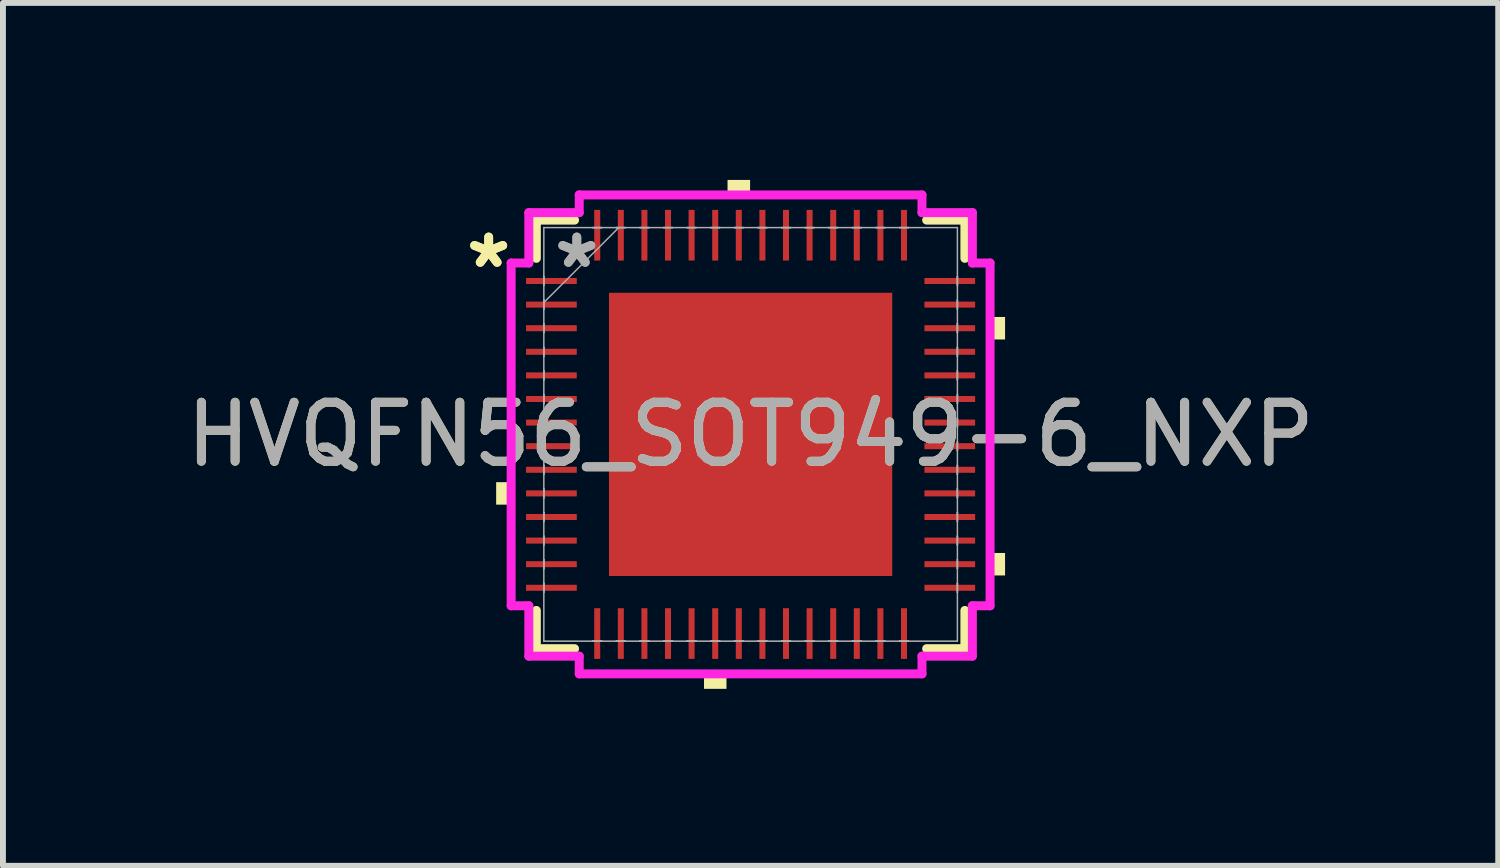
<source format=kicad_pcb>
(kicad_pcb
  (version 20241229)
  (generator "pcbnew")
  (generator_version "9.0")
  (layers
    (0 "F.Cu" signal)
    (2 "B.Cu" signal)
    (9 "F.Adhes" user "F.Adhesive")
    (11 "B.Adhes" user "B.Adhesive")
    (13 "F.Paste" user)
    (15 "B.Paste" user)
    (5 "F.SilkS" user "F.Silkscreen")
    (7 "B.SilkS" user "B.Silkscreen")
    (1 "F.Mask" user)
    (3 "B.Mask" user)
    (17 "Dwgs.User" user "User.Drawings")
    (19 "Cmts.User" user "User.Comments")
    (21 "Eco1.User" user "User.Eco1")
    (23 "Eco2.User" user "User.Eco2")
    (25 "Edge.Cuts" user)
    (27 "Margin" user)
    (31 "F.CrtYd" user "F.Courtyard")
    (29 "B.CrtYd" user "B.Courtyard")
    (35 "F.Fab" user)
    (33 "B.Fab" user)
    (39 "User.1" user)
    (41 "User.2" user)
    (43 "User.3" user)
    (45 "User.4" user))
  (footprint "HVQFN56_SOT949-6_NXP"
    (layer "F.Cu")
    (at 9.673 4.313)
    (property "Reference" "HVQFN56_SOT949-6_NXP" (at 0 0 0) (unlocked yes) (layer "F.SilkS") (effects (font (size 1 1) (thickness 0.15))))
    (attr smd)
    (fp_line (start -3.632 -3.632) (end -3.632 -2.984) (stroke (width 0.152) (type solid)) (layer "F.SilkS"))
    (fp_line (start -3.632 2.984) (end -3.632 3.632) (stroke (width 0.152) (type solid)) (layer "F.SilkS"))
    (fp_line (start -3.632 3.632) (end -2.984 3.632) (stroke (width 0.152) (type solid)) (layer "F.SilkS"))
    (fp_line (start -2.984 -3.632) (end -3.632 -3.632) (stroke (width 0.152) (type solid)) (layer "F.SilkS"))
    (fp_line (start 2.984 3.632) (end 3.632 3.632) (stroke (width 0.152) (type solid)) (layer "F.SilkS"))
    (fp_line (start 3.632 -3.632) (end 2.984 -3.632) (stroke (width 0.152) (type solid)) (layer "F.SilkS"))
    (fp_line (start 3.632 -2.984) (end 3.632 -3.632) (stroke (width 0.152) (type solid)) (layer "F.SilkS"))
    (fp_line (start 3.632 3.632) (end 3.632 2.984) (stroke (width 0.152) (type solid)) (layer "F.SilkS"))
    (fp_poly (pts (xy -4.313 0.81) (xy -4.313 1.191) (xy -4.059 1.191) (xy -4.059 0.81)) (stroke (width 0) (type solid)) (fill yes) (layer "F.SilkS"))
    (fp_poly (pts (xy -0.79 4.059) (xy -0.79 4.313) (xy -0.409 4.313) (xy -0.409 4.059)) (stroke (width 0) (type solid)) (fill yes) (layer "F.SilkS"))
    (fp_poly (pts (xy -0.391 -4.059) (xy -0.391 -4.313) (xy -0.009 -4.313) (xy -0.009 -4.059)) (stroke (width 0) (type solid)) (fill yes) (layer "F.SilkS"))
    (fp_poly (pts (xy 4.313 -1.99) (xy 4.313 -1.609) (xy 4.059 -1.609) (xy 4.059 -1.99)) (stroke (width 0) (type solid)) (fill yes) (layer "F.SilkS"))
    (fp_poly (pts (xy 4.313 2.01) (xy 4.313 2.391) (xy 4.059 2.391) (xy 4.059 2.01)) (stroke (width 0) (type solid)) (fill yes) (layer "F.SilkS"))
    (fp_poly (pts (xy -2.3 -2.3) (xy -2.3 -0.9) (xy -0.9 -0.9) (xy -0.9 -2.3)) (stroke (width 0) (type solid)) (fill yes) (layer "F.Paste"))
    (fp_poly (pts (xy -2.3 -0.7) (xy -2.3 0.7) (xy -0.9 0.7) (xy -0.9 -0.7)) (stroke (width 0) (type solid)) (fill yes) (layer "F.Paste"))
    (fp_poly (pts (xy -2.3 0.9) (xy -2.3 2.3) (xy -0.9 2.3) (xy -0.9 0.9)) (stroke (width 0) (type solid)) (fill yes) (layer "F.Paste"))
    (fp_poly (pts (xy -0.7 -2.3) (xy -0.7 -0.9) (xy 0.7 -0.9) (xy 0.7 -2.3)) (stroke (width 0) (type solid)) (fill yes) (layer "F.Paste"))
    (fp_poly (pts (xy -0.7 -0.7) (xy -0.7 0.7) (xy 0.7 0.7) (xy 0.7 -0.7)) (stroke (width 0) (type solid)) (fill yes) (layer "F.Paste"))
    (fp_poly (pts (xy -0.7 0.9) (xy -0.7 2.3) (xy 0.7 2.3) (xy 0.7 0.9)) (stroke (width 0) (type solid)) (fill yes) (layer "F.Paste"))
    (fp_poly (pts (xy 0.9 -2.3) (xy 0.9 -0.9) (xy 2.3 -0.9) (xy 2.3 -2.3)) (stroke (width 0) (type solid)) (fill yes) (layer "F.Paste"))
    (fp_poly (pts (xy 0.9 -0.7) (xy 0.9 0.7) (xy 2.3 0.7) (xy 2.3 -0.7)) (stroke (width 0) (type solid)) (fill yes) (layer "F.Paste"))
    (fp_poly (pts (xy 0.9 0.9) (xy 0.9 2.3) (xy 2.3 2.3) (xy 2.3 0.9)) (stroke (width 0) (type solid)) (fill yes) (layer "F.Paste"))
    (fp_line (start -4.059 -2.905) (end -3.759 -2.905) (stroke (width 0.152) (type solid)) (layer "F.CrtYd"))
    (fp_line (start -4.059 2.905) (end -4.059 -2.905) (stroke (width 0.152) (type solid)) (layer "F.CrtYd"))
    (fp_line (start -3.759 -3.759) (end -2.905 -3.759) (stroke (width 0.152) (type solid)) (layer "F.CrtYd"))
    (fp_line (start -3.759 -2.905) (end -3.759 -3.759) (stroke (width 0.152) (type solid)) (layer "F.CrtYd"))
    (fp_line (start -3.759 2.905) (end -4.059 2.905) (stroke (width 0.152) (type solid)) (layer "F.CrtYd"))
    (fp_line (start -3.759 3.759) (end -3.759 2.905) (stroke (width 0.152) (type solid)) (layer "F.CrtYd"))
    (fp_line (start -2.905 -4.059) (end 2.905 -4.059) (stroke (width 0.152) (type solid)) (layer "F.CrtYd"))
    (fp_line (start -2.905 -3.759) (end -2.905 -4.059) (stroke (width 0.152) (type solid)) (layer "F.CrtYd"))
    (fp_line (start -2.905 3.759) (end -3.759 3.759) (stroke (width 0.152) (type solid)) (layer "F.CrtYd"))
    (fp_line (start -2.905 4.059) (end -2.905 3.759) (stroke (width 0.152) (type solid)) (layer "F.CrtYd"))
    (fp_line (start 2.905 -4.059) (end 2.905 -3.759) (stroke (width 0.152) (type solid)) (layer "F.CrtYd"))
    (fp_line (start 2.905 -3.759) (end 3.759 -3.759) (stroke (width 0.152) (type solid)) (layer "F.CrtYd"))
    (fp_line (start 2.905 3.759) (end 2.905 4.059) (stroke (width 0.152) (type solid)) (layer "F.CrtYd"))
    (fp_line (start 2.905 4.059) (end -2.905 4.059) (stroke (width 0.152) (type solid)) (layer "F.CrtYd"))
    (fp_line (start 3.759 -3.759) (end 3.759 -2.905) (stroke (width 0.152) (type solid)) (layer "F.CrtYd"))
    (fp_line (start 3.759 -2.905) (end 4.059 -2.905) (stroke (width 0.152) (type solid)) (layer "F.CrtYd"))
    (fp_line (start 3.759 2.905) (end 3.759 3.759) (stroke (width 0.152) (type solid)) (layer "F.CrtYd"))
    (fp_line (start 3.759 3.759) (end 2.905 3.759) (stroke (width 0.152) (type solid)) (layer "F.CrtYd"))
    (fp_line (start 4.059 -2.905) (end 4.059 2.905) (stroke (width 0.152) (type solid)) (layer "F.CrtYd"))
    (fp_line (start 4.059 2.905) (end 3.759 2.905) (stroke (width 0.152) (type solid)) (layer "F.CrtYd"))
    (fp_line (start -3.505 -3.505) (end -3.505 -3.505) (stroke (width 0.025) (type solid)) (layer "F.Fab"))
    (fp_line (start -3.505 -3.505) (end -3.505 3.505) (stroke (width 0.025) (type solid)) (layer "F.Fab"))
    (fp_line (start -3.505 -2.676) (end -3.505 -2.676) (stroke (width 0.025) (type solid)) (layer "F.Fab"))
    (fp_line (start -3.505 -2.676) (end -3.505 -2.524) (stroke (width 0.025) (type solid)) (layer "F.Fab"))
    (fp_line (start -3.505 -2.524) (end -3.505 -2.676) (stroke (width 0.025) (type solid)) (layer "F.Fab"))
    (fp_line (start -3.505 -2.524) (end -3.505 -2.524) (stroke (width 0.025) (type solid)) (layer "F.Fab"))
    (fp_line (start -3.505 -2.276) (end -3.505 -2.276) (stroke (width 0.025) (type solid)) (layer "F.Fab"))
    (fp_line (start -3.505 -2.276) (end -3.505 -2.124) (stroke (width 0.025) (type solid)) (layer "F.Fab"))
    (fp_line (start -3.505 -2.235) (end -2.235 -3.505) (stroke (width 0.025) (type solid)) (layer "F.Fab"))
    (fp_line (start -3.505 -2.124) (end -3.505 -2.276) (stroke (width 0.025) (type solid)) (layer "F.Fab"))
    (fp_line (start -3.505 -2.124) (end -3.505 -2.124) (stroke (width 0.025) (type solid)) (layer "F.Fab"))
    (fp_line (start -3.505 -1.876) (end -3.505 -1.876) (stroke (width 0.025) (type solid)) (layer "F.Fab"))
    (fp_line (start -3.505 -1.876) (end -3.505 -1.724) (stroke (width 0.025) (type solid)) (layer "F.Fab"))
    (fp_line (start -3.505 -1.724) (end -3.505 -1.876) (stroke (width 0.025) (type solid)) (layer "F.Fab"))
    (fp_line (start -3.505 -1.724) (end -3.505 -1.724) (stroke (width 0.025) (type solid)) (layer "F.Fab"))
    (fp_line (start -3.505 -1.476) (end -3.505 -1.476) (stroke (width 0.025) (type solid)) (layer "F.Fab"))
    (fp_line (start -3.505 -1.476) (end -3.505 -1.324) (stroke (width 0.025) (type solid)) (layer "F.Fab"))
    (fp_line (start -3.505 -1.324) (end -3.505 -1.476) (stroke (width 0.025) (type solid)) (layer "F.Fab"))
    (fp_line (start -3.505 -1.324) (end -3.505 -1.324) (stroke (width 0.025) (type solid)) (layer "F.Fab"))
    (fp_line (start -3.505 -1.076) (end -3.505 -1.076) (stroke (width 0.025) (type solid)) (layer "F.Fab"))
    (fp_line (start -3.505 -1.076) (end -3.505 -0.924) (stroke (width 0.025) (type solid)) (layer "F.Fab"))
    (fp_line (start -3.505 -0.924) (end -3.505 -1.076) (stroke (width 0.025) (type solid)) (layer "F.Fab"))
    (fp_line (start -3.505 -0.924) (end -3.505 -0.924) (stroke (width 0.025) (type solid)) (layer "F.Fab"))
    (fp_line (start -3.505 -0.676) (end -3.505 -0.676) (stroke (width 0.025) (type solid)) (layer "F.Fab"))
    (fp_line (start -3.505 -0.676) (end -3.505 -0.524) (stroke (width 0.025) (type solid)) (layer "F.Fab"))
    (fp_line (start -3.505 -0.524) (end -3.505 -0.676) (stroke (width 0.025) (type solid)) (layer "F.Fab"))
    (fp_line (start -3.505 -0.524) (end -3.505 -0.524) (stroke (width 0.025) (type solid)) (layer "F.Fab"))
    (fp_line (start -3.505 -0.276) (end -3.505 -0.276) (stroke (width 0.025) (type solid)) (layer "F.Fab"))
    (fp_line (start -3.505 -0.276) (end -3.505 -0.124) (stroke (width 0.025) (type solid)) (layer "F.Fab"))
    (fp_line (start -3.505 -0.124) (end -3.505 -0.276) (stroke (width 0.025) (type solid)) (layer "F.Fab"))
    (fp_line (start -3.505 -0.124) (end -3.505 -0.124) (stroke (width 0.025) (type solid)) (layer "F.Fab"))
    (fp_line (start -3.505 0.124) (end -3.505 0.124) (stroke (width 0.025) (type solid)) (layer "F.Fab"))
    (fp_line (start -3.505 0.124) (end -3.505 0.276) (stroke (width 0.025) (type solid)) (layer "F.Fab"))
    (fp_line (start -3.505 0.276) (end -3.505 0.124) (stroke (width 0.025) (type solid)) (layer "F.Fab"))
    (fp_line (start -3.505 0.276) (end -3.505 0.276) (stroke (width 0.025) (type solid)) (layer "F.Fab"))
    (fp_line (start -3.505 0.524) (end -3.505 0.524) (stroke (width 0.025) (type solid)) (layer "F.Fab"))
    (fp_line (start -3.505 0.524) (end -3.505 0.676) (stroke (width 0.025) (type solid)) (layer "F.Fab"))
    (fp_line (start -3.505 0.676) (end -3.505 0.524) (stroke (width 0.025) (type solid)) (layer "F.Fab"))
    (fp_line (start -3.505 0.676) (end -3.505 0.676) (stroke (width 0.025) (type solid)) (layer "F.Fab"))
    (fp_line (start -3.505 0.924) (end -3.505 0.924) (stroke (width 0.025) (type solid)) (layer "F.Fab"))
    (fp_line (start -3.505 0.924) (end -3.505 1.076) (stroke (width 0.025) (type solid)) (layer "F.Fab"))
    (fp_line (start -3.505 1.076) (end -3.505 0.924) (stroke (width 0.025) (type solid)) (layer "F.Fab"))
    (fp_line (start -3.505 1.076) (end -3.505 1.076) (stroke (width 0.025) (type solid)) (layer "F.Fab"))
    (fp_line (start -3.505 1.324) (end -3.505 1.324) (stroke (width 0.025) (type solid)) (layer "F.Fab"))
    (fp_line (start -3.505 1.324) (end -3.505 1.476) (stroke (width 0.025) (type solid)) (layer "F.Fab"))
    (fp_line (start -3.505 1.476) (end -3.505 1.324) (stroke (width 0.025) (type solid)) (layer "F.Fab"))
    (fp_line (start -3.505 1.476) (end -3.505 1.476) (stroke (width 0.025) (type solid)) (layer "F.Fab"))
    (fp_line (start -3.505 1.724) (end -3.505 1.724) (stroke (width 0.025) (type solid)) (layer "F.Fab"))
    (fp_line (start -3.505 1.724) (end -3.505 1.876) (stroke (width 0.025) (type solid)) (layer "F.Fab"))
    (fp_line (start -3.505 1.876) (end -3.505 1.724) (stroke (width 0.025) (type solid)) (layer "F.Fab"))
    (fp_line (start -3.505 1.876) (end -3.505 1.876) (stroke (width 0.025) (type solid)) (layer "F.Fab"))
    (fp_line (start -3.505 2.124) (end -3.505 2.124) (stroke (width 0.025) (type solid)) (layer "F.Fab"))
    (fp_line (start -3.505 2.124) (end -3.505 2.276) (stroke (width 0.025) (type solid)) (layer "F.Fab"))
    (fp_line (start -3.505 2.276) (end -3.505 2.124) (stroke (width 0.025) (type solid)) (layer "F.Fab"))
    (fp_line (start -3.505 2.276) (end -3.505 2.276) (stroke (width 0.025) (type solid)) (layer "F.Fab"))
    (fp_line (start -3.505 2.524) (end -3.505 2.524) (stroke (width 0.025) (type solid)) (layer "F.Fab"))
    (fp_line (start -3.505 2.524) (end -3.505 2.676) (stroke (width 0.025) (type solid)) (layer "F.Fab"))
    (fp_line (start -3.505 2.676) (end -3.505 2.524) (stroke (width 0.025) (type solid)) (layer "F.Fab"))
    (fp_line (start -3.505 2.676) (end -3.505 2.676) (stroke (width 0.025) (type solid)) (layer "F.Fab"))
    (fp_line (start -3.505 3.505) (end -3.505 3.505) (stroke (width 0.025) (type solid)) (layer "F.Fab"))
    (fp_line (start -3.505 3.505) (end 3.505 3.505) (stroke (width 0.025) (type solid)) (layer "F.Fab"))
    (fp_line (start -2.676 -3.505) (end -2.676 -3.505) (stroke (width 0.025) (type solid)) (layer "F.Fab"))
    (fp_line (start -2.676 -3.505) (end -2.524 -3.505) (stroke (width 0.025) (type solid)) (layer "F.Fab"))
    (fp_line (start -2.676 3.505) (end -2.676 3.505) (stroke (width 0.025) (type solid)) (layer "F.Fab"))
    (fp_line (start -2.676 3.505) (end -2.524 3.505) (stroke (width 0.025) (type solid)) (layer "F.Fab"))
    (fp_line (start -2.524 -3.505) (end -2.676 -3.505) (stroke (width 0.025) (type solid)) (layer "F.Fab"))
    (fp_line (start -2.524 -3.505) (end -2.524 -3.505) (stroke (width 0.025) (type solid)) (layer "F.Fab"))
    (fp_line (start -2.524 3.505) (end -2.676 3.505) (stroke (width 0.025) (type solid)) (layer "F.Fab"))
    (fp_line (start -2.524 3.505) (end -2.524 3.505) (stroke (width 0.025) (type solid)) (layer "F.Fab"))
    (fp_line (start -2.276 -3.505) (end -2.276 -3.505) (stroke (width 0.025) (type solid)) (layer "F.Fab"))
    (fp_line (start -2.276 -3.505) (end -2.124 -3.505) (stroke (width 0.025) (type solid)) (layer "F.Fab"))
    (fp_line (start -2.276 3.505) (end -2.276 3.505) (stroke (width 0.025) (type solid)) (layer "F.Fab"))
    (fp_line (start -2.276 3.505) (end -2.124 3.505) (stroke (width 0.025) (type solid)) (layer "F.Fab"))
    (fp_line (start -2.124 -3.505) (end -2.276 -3.505) (stroke (width 0.025) (type solid)) (layer "F.Fab"))
    (fp_line (start -2.124 -3.505) (end -2.124 -3.505) (stroke (width 0.025) (type solid)) (layer "F.Fab"))
    (fp_line (start -2.124 3.505) (end -2.276 3.505) (stroke (width 0.025) (type solid)) (layer "F.Fab"))
    (fp_line (start -2.124 3.505) (end -2.124 3.505) (stroke (width 0.025) (type solid)) (layer "F.Fab"))
    (fp_line (start -1.876 -3.505) (end -1.876 -3.505) (stroke (width 0.025) (type solid)) (layer "F.Fab"))
    (fp_line (start -1.876 -3.505) (end -1.724 -3.505) (stroke (width 0.025) (type solid)) (layer "F.Fab"))
    (fp_line (start -1.876 3.505) (end -1.876 3.505) (stroke (width 0.025) (type solid)) (layer "F.Fab"))
    (fp_line (start -1.876 3.505) (end -1.724 3.505) (stroke (width 0.025) (type solid)) (layer "F.Fab"))
    (fp_line (start -1.724 -3.505) (end -1.876 -3.505) (stroke (width 0.025) (type solid)) (layer "F.Fab"))
    (fp_line (start -1.724 -3.505) (end -1.724 -3.505) (stroke (width 0.025) (type solid)) (layer "F.Fab"))
    (fp_line (start -1.724 3.505) (end -1.876 3.505) (stroke (width 0.025) (type solid)) (layer "F.Fab"))
    (fp_line (start -1.724 3.505) (end -1.724 3.505) (stroke (width 0.025) (type solid)) (layer "F.Fab"))
    (fp_line (start -1.476 -3.505) (end -1.476 -3.505) (stroke (width 0.025) (type solid)) (layer "F.Fab"))
    (fp_line (start -1.476 -3.505) (end -1.324 -3.505) (stroke (width 0.025) (type solid)) (layer "F.Fab"))
    (fp_line (start -1.476 3.505) (end -1.476 3.505) (stroke (width 0.025) (type solid)) (layer "F.Fab"))
    (fp_line (start -1.476 3.505) (end -1.324 3.505) (stroke (width 0.025) (type solid)) (layer "F.Fab"))
    (fp_line (start -1.324 -3.505) (end -1.476 -3.505) (stroke (width 0.025) (type solid)) (layer "F.Fab"))
    (fp_line (start -1.324 -3.505) (end -1.324 -3.505) (stroke (width 0.025) (type solid)) (layer "F.Fab"))
    (fp_line (start -1.324 3.505) (end -1.476 3.505) (stroke (width 0.025) (type solid)) (layer "F.Fab"))
    (fp_line (start -1.324 3.505) (end -1.324 3.505) (stroke (width 0.025) (type solid)) (layer "F.Fab"))
    (fp_line (start -1.076 -3.505) (end -1.076 -3.505) (stroke (width 0.025) (type solid)) (layer "F.Fab"))
    (fp_line (start -1.076 -3.505) (end -0.924 -3.505) (stroke (width 0.025) (type solid)) (layer "F.Fab"))
    (fp_line (start -1.076 3.505) (end -1.076 3.505) (stroke (width 0.025) (type solid)) (layer "F.Fab"))
    (fp_line (start -1.076 3.505) (end -0.924 3.505) (stroke (width 0.025) (type solid)) (layer "F.Fab"))
    (fp_line (start -0.924 -3.505) (end -1.076 -3.505) (stroke (width 0.025) (type solid)) (layer "F.Fab"))
    (fp_line (start -0.924 -3.505) (end -0.924 -3.505) (stroke (width 0.025) (type solid)) (layer "F.Fab"))
    (fp_line (start -0.924 3.505) (end -1.076 3.505) (stroke (width 0.025) (type solid)) (layer "F.Fab"))
    (fp_line (start -0.924 3.505) (end -0.924 3.505) (stroke (width 0.025) (type solid)) (layer "F.Fab"))
    (fp_line (start -0.676 -3.505) (end -0.676 -3.505) (stroke (width 0.025) (type solid)) (layer "F.Fab"))
    (fp_line (start -0.676 -3.505) (end -0.524 -3.505) (stroke (width 0.025) (type solid)) (layer "F.Fab"))
    (fp_line (start -0.676 3.505) (end -0.676 3.505) (stroke (width 0.025) (type solid)) (layer "F.Fab"))
    (fp_line (start -0.676 3.505) (end -0.524 3.505) (stroke (width 0.025) (type solid)) (layer "F.Fab"))
    (fp_line (start -0.524 -3.505) (end -0.676 -3.505) (stroke (width 0.025) (type solid)) (layer "F.Fab"))
    (fp_line (start -0.524 -3.505) (end -0.524 -3.505) (stroke (width 0.025) (type solid)) (layer "F.Fab"))
    (fp_line (start -0.524 3.505) (end -0.676 3.505) (stroke (width 0.025) (type solid)) (layer "F.Fab"))
    (fp_line (start -0.524 3.505) (end -0.524 3.505) (stroke (width 0.025) (type solid)) (layer "F.Fab"))
    (fp_line (start -0.276 -3.505) (end -0.276 -3.505) (stroke (width 0.025) (type solid)) (layer "F.Fab"))
    (fp_line (start -0.276 -3.505) (end -0.124 -3.505) (stroke (width 0.025) (type solid)) (layer "F.Fab"))
    (fp_line (start -0.276 3.505) (end -0.276 3.505) (stroke (width 0.025) (type solid)) (layer "F.Fab"))
    (fp_line (start -0.276 3.505) (end -0.124 3.505) (stroke (width 0.025) (type solid)) (layer "F.Fab"))
    (fp_line (start -0.124 -3.505) (end -0.276 -3.505) (stroke (width 0.025) (type solid)) (layer "F.Fab"))
    (fp_line (start -0.124 -3.505) (end -0.124 -3.505) (stroke (width 0.025) (type solid)) (layer "F.Fab"))
    (fp_line (start -0.124 3.505) (end -0.276 3.505) (stroke (width 0.025) (type solid)) (layer "F.Fab"))
    (fp_line (start -0.124 3.505) (end -0.124 3.505) (stroke (width 0.025) (type solid)) (layer "F.Fab"))
    (fp_line (start 0.124 -3.505) (end 0.124 -3.505) (stroke (width 0.025) (type solid)) (layer "F.Fab"))
    (fp_line (start 0.124 -3.505) (end 0.276 -3.505) (stroke (width 0.025) (type solid)) (layer "F.Fab"))
    (fp_line (start 0.124 3.505) (end 0.124 3.505) (stroke (width 0.025) (type solid)) (layer "F.Fab"))
    (fp_line (start 0.124 3.505) (end 0.276 3.505) (stroke (width 0.025) (type solid)) (layer "F.Fab"))
    (fp_line (start 0.276 -3.505) (end 0.124 -3.505) (stroke (width 0.025) (type solid)) (layer "F.Fab"))
    (fp_line (start 0.276 -3.505) (end 0.276 -3.505) (stroke (width 0.025) (type solid)) (layer "F.Fab"))
    (fp_line (start 0.276 3.505) (end 0.124 3.505) (stroke (width 0.025) (type solid)) (layer "F.Fab"))
    (fp_line (start 0.276 3.505) (end 0.276 3.505) (stroke (width 0.025) (type solid)) (layer "F.Fab"))
    (fp_line (start 0.524 -3.505) (end 0.524 -3.505) (stroke (width 0.025) (type solid)) (layer "F.Fab"))
    (fp_line (start 0.524 -3.505) (end 0.676 -3.505) (stroke (width 0.025) (type solid)) (layer "F.Fab"))
    (fp_line (start 0.524 3.505) (end 0.524 3.505) (stroke (width 0.025) (type solid)) (layer "F.Fab"))
    (fp_line (start 0.524 3.505) (end 0.676 3.505) (stroke (width 0.025) (type solid)) (layer "F.Fab"))
    (fp_line (start 0.676 -3.505) (end 0.524 -3.505) (stroke (width 0.025) (type solid)) (layer "F.Fab"))
    (fp_line (start 0.676 -3.505) (end 0.676 -3.505) (stroke (width 0.025) (type solid)) (layer "F.Fab"))
    (fp_line (start 0.676 3.505) (end 0.524 3.505) (stroke (width 0.025) (type solid)) (layer "F.Fab"))
    (fp_line (start 0.676 3.505) (end 0.676 3.505) (stroke (width 0.025) (type solid)) (layer "F.Fab"))
    (fp_line (start 0.924 -3.505) (end 0.924 -3.505) (stroke (width 0.025) (type solid)) (layer "F.Fab"))
    (fp_line (start 0.924 -3.505) (end 1.076 -3.505) (stroke (width 0.025) (type solid)) (layer "F.Fab"))
    (fp_line (start 0.924 3.505) (end 0.924 3.505) (stroke (width 0.025) (type solid)) (layer "F.Fab"))
    (fp_line (start 0.924 3.505) (end 1.076 3.505) (stroke (width 0.025) (type solid)) (layer "F.Fab"))
    (fp_line (start 1.076 -3.505) (end 0.924 -3.505) (stroke (width 0.025) (type solid)) (layer "F.Fab"))
    (fp_line (start 1.076 -3.505) (end 1.076 -3.505) (stroke (width 0.025) (type solid)) (layer "F.Fab"))
    (fp_line (start 1.076 3.505) (end 0.924 3.505) (stroke (width 0.025) (type solid)) (layer "F.Fab"))
    (fp_line (start 1.076 3.505) (end 1.076 3.505) (stroke (width 0.025) (type solid)) (layer "F.Fab"))
    (fp_line (start 1.324 -3.505) (end 1.324 -3.505) (stroke (width 0.025) (type solid)) (layer "F.Fab"))
    (fp_line (start 1.324 -3.505) (end 1.476 -3.505) (stroke (width 0.025) (type solid)) (layer "F.Fab"))
    (fp_line (start 1.324 3.505) (end 1.324 3.505) (stroke (width 0.025) (type solid)) (layer "F.Fab"))
    (fp_line (start 1.324 3.505) (end 1.476 3.505) (stroke (width 0.025) (type solid)) (layer "F.Fab"))
    (fp_line (start 1.476 -3.505) (end 1.324 -3.505) (stroke (width 0.025) (type solid)) (layer "F.Fab"))
    (fp_line (start 1.476 -3.505) (end 1.476 -3.505) (stroke (width 0.025) (type solid)) (layer "F.Fab"))
    (fp_line (start 1.476 3.505) (end 1.324 3.505) (stroke (width 0.025) (type solid)) (layer "F.Fab"))
    (fp_line (start 1.476 3.505) (end 1.476 3.505) (stroke (width 0.025) (type solid)) (layer "F.Fab"))
    (fp_line (start 1.724 -3.505) (end 1.724 -3.505) (stroke (width 0.025) (type solid)) (layer "F.Fab"))
    (fp_line (start 1.724 -3.505) (end 1.876 -3.505) (stroke (width 0.025) (type solid)) (layer "F.Fab"))
    (fp_line (start 1.724 3.505) (end 1.724 3.505) (stroke (width 0.025) (type solid)) (layer "F.Fab"))
    (fp_line (start 1.724 3.505) (end 1.876 3.505) (stroke (width 0.025) (type solid)) (layer "F.Fab"))
    (fp_line (start 1.876 -3.505) (end 1.724 -3.505) (stroke (width 0.025) (type solid)) (layer "F.Fab"))
    (fp_line (start 1.876 -3.505) (end 1.876 -3.505) (stroke (width 0.025) (type solid)) (layer "F.Fab"))
    (fp_line (start 1.876 3.505) (end 1.724 3.505) (stroke (width 0.025) (type solid)) (layer "F.Fab"))
    (fp_line (start 1.876 3.505) (end 1.876 3.505) (stroke (width 0.025) (type solid)) (layer "F.Fab"))
    (fp_line (start 2.124 -3.505) (end 2.124 -3.505) (stroke (width 0.025) (type solid)) (layer "F.Fab"))
    (fp_line (start 2.124 -3.505) (end 2.276 -3.505) (stroke (width 0.025) (type solid)) (layer "F.Fab"))
    (fp_line (start 2.124 3.505) (end 2.124 3.505) (stroke (width 0.025) (type solid)) (layer "F.Fab"))
    (fp_line (start 2.124 3.505) (end 2.276 3.505) (stroke (width 0.025) (type solid)) (layer "F.Fab"))
    (fp_line (start 2.276 -3.505) (end 2.124 -3.505) (stroke (width 0.025) (type solid)) (layer "F.Fab"))
    (fp_line (start 2.276 -3.505) (end 2.276 -3.505) (stroke (width 0.025) (type solid)) (layer "F.Fab"))
    (fp_line (start 2.276 3.505) (end 2.124 3.505) (stroke (width 0.025) (type solid)) (layer "F.Fab"))
    (fp_line (start 2.276 3.505) (end 2.276 3.505) (stroke (width 0.025) (type solid)) (layer "F.Fab"))
    (fp_line (start 2.524 -3.505) (end 2.524 -3.505) (stroke (width 0.025) (type solid)) (layer "F.Fab"))
    (fp_line (start 2.524 -3.505) (end 2.676 -3.505) (stroke (width 0.025) (type solid)) (layer "F.Fab"))
    (fp_line (start 2.524 3.505) (end 2.524 3.505) (stroke (width 0.025) (type solid)) (layer "F.Fab"))
    (fp_line (start 2.524 3.505) (end 2.676 3.505) (stroke (width 0.025) (type solid)) (layer "F.Fab"))
    (fp_line (start 2.676 -3.505) (end 2.524 -3.505) (stroke (width 0.025) (type solid)) (layer "F.Fab"))
    (fp_line (start 2.676 -3.505) (end 2.676 -3.505) (stroke (width 0.025) (type solid)) (layer "F.Fab"))
    (fp_line (start 2.676 3.505) (end 2.524 3.505) (stroke (width 0.025) (type solid)) (layer "F.Fab"))
    (fp_line (start 2.676 3.505) (end 2.676 3.505) (stroke (width 0.025) (type solid)) (layer "F.Fab"))
    (fp_line (start 3.505 -3.505) (end -3.505 -3.505) (stroke (width 0.025) (type solid)) (layer "F.Fab"))
    (fp_line (start 3.505 -3.505) (end 3.505 -3.505) (stroke (width 0.025) (type solid)) (layer "F.Fab"))
    (fp_line (start 3.505 -2.676) (end 3.505 -2.676) (stroke (width 0.025) (type solid)) (layer "F.Fab"))
    (fp_line (start 3.505 -2.676) (end 3.505 -2.524) (stroke (width 0.025) (type solid)) (layer "F.Fab"))
    (fp_line (start 3.505 -2.524) (end 3.505 -2.676) (stroke (width 0.025) (type solid)) (layer "F.Fab"))
    (fp_line (start 3.505 -2.524) (end 3.505 -2.524) (stroke (width 0.025) (type solid)) (layer "F.Fab"))
    (fp_line (start 3.505 -2.276) (end 3.505 -2.276) (stroke (width 0.025) (type solid)) (layer "F.Fab"))
    (fp_line (start 3.505 -2.276) (end 3.505 -2.124) (stroke (width 0.025) (type solid)) (layer "F.Fab"))
    (fp_line (start 3.505 -2.124) (end 3.505 -2.276) (stroke (width 0.025) (type solid)) (layer "F.Fab"))
    (fp_line (start 3.505 -2.124) (end 3.505 -2.124) (stroke (width 0.025) (type solid)) (layer "F.Fab"))
    (fp_line (start 3.505 -1.876) (end 3.505 -1.876) (stroke (width 0.025) (type solid)) (layer "F.Fab"))
    (fp_line (start 3.505 -1.876) (end 3.505 -1.724) (stroke (width 0.025) (type solid)) (layer "F.Fab"))
    (fp_line (start 3.505 -1.724) (end 3.505 -1.876) (stroke (width 0.025) (type solid)) (layer "F.Fab"))
    (fp_line (start 3.505 -1.724) (end 3.505 -1.724) (stroke (width 0.025) (type solid)) (layer "F.Fab"))
    (fp_line (start 3.505 -1.476) (end 3.505 -1.476) (stroke (width 0.025) (type solid)) (layer "F.Fab"))
    (fp_line (start 3.505 -1.476) (end 3.505 -1.324) (stroke (width 0.025) (type solid)) (layer "F.Fab"))
    (fp_line (start 3.505 -1.324) (end 3.505 -1.476) (stroke (width 0.025) (type solid)) (layer "F.Fab"))
    (fp_line (start 3.505 -1.324) (end 3.505 -1.324) (stroke (width 0.025) (type solid)) (layer "F.Fab"))
    (fp_line (start 3.505 -1.076) (end 3.505 -1.076) (stroke (width 0.025) (type solid)) (layer "F.Fab"))
    (fp_line (start 3.505 -1.076) (end 3.505 -0.924) (stroke (width 0.025) (type solid)) (layer "F.Fab"))
    (fp_line (start 3.505 -0.924) (end 3.505 -1.076) (stroke (width 0.025) (type solid)) (layer "F.Fab"))
    (fp_line (start 3.505 -0.924) (end 3.505 -0.924) (stroke (width 0.025) (type solid)) (layer "F.Fab"))
    (fp_line (start 3.505 -0.676) (end 3.505 -0.676) (stroke (width 0.025) (type solid)) (layer "F.Fab"))
    (fp_line (start 3.505 -0.676) (end 3.505 -0.524) (stroke (width 0.025) (type solid)) (layer "F.Fab"))
    (fp_line (start 3.505 -0.524) (end 3.505 -0.676) (stroke (width 0.025) (type solid)) (layer "F.Fab"))
    (fp_line (start 3.505 -0.524) (end 3.505 -0.524) (stroke (width 0.025) (type solid)) (layer "F.Fab"))
    (fp_line (start 3.505 -0.276) (end 3.505 -0.276) (stroke (width 0.025) (type solid)) (layer "F.Fab"))
    (fp_line (start 3.505 -0.276) (end 3.505 -0.124) (stroke (width 0.025) (type solid)) (layer "F.Fab"))
    (fp_line (start 3.505 -0.124) (end 3.505 -0.276) (stroke (width 0.025) (type solid)) (layer "F.Fab"))
    (fp_line (start 3.505 -0.124) (end 3.505 -0.124) (stroke (width 0.025) (type solid)) (layer "F.Fab"))
    (fp_line (start 3.505 0.124) (end 3.505 0.124) (stroke (width 0.025) (type solid)) (layer "F.Fab"))
    (fp_line (start 3.505 0.124) (end 3.505 0.276) (stroke (width 0.025) (type solid)) (layer "F.Fab"))
    (fp_line (start 3.505 0.276) (end 3.505 0.124) (stroke (width 0.025) (type solid)) (layer "F.Fab"))
    (fp_line (start 3.505 0.276) (end 3.505 0.276) (stroke (width 0.025) (type solid)) (layer "F.Fab"))
    (fp_line (start 3.505 0.524) (end 3.505 0.524) (stroke (width 0.025) (type solid)) (layer "F.Fab"))
    (fp_line (start 3.505 0.524) (end 3.505 0.676) (stroke (width 0.025) (type solid)) (layer "F.Fab"))
    (fp_line (start 3.505 0.676) (end 3.505 0.524) (stroke (width 0.025) (type solid)) (layer "F.Fab"))
    (fp_line (start 3.505 0.676) (end 3.505 0.676) (stroke (width 0.025) (type solid)) (layer "F.Fab"))
    (fp_line (start 3.505 0.924) (end 3.505 0.924) (stroke (width 0.025) (type solid)) (layer "F.Fab"))
    (fp_line (start 3.505 0.924) (end 3.505 1.076) (stroke (width 0.025) (type solid)) (layer "F.Fab"))
    (fp_line (start 3.505 1.076) (end 3.505 0.924) (stroke (width 0.025) (type solid)) (layer "F.Fab"))
    (fp_line (start 3.505 1.076) (end 3.505 1.076) (stroke (width 0.025) (type solid)) (layer "F.Fab"))
    (fp_line (start 3.505 1.324) (end 3.505 1.324) (stroke (width 0.025) (type solid)) (layer "F.Fab"))
    (fp_line (start 3.505 1.324) (end 3.505 1.476) (stroke (width 0.025) (type solid)) (layer "F.Fab"))
    (fp_line (start 3.505 1.476) (end 3.505 1.324) (stroke (width 0.025) (type solid)) (layer "F.Fab"))
    (fp_line (start 3.505 1.476) (end 3.505 1.476) (stroke (width 0.025) (type solid)) (layer "F.Fab"))
    (fp_line (start 3.505 1.724) (end 3.505 1.724) (stroke (width 0.025) (type solid)) (layer "F.Fab"))
    (fp_line (start 3.505 1.724) (end 3.505 1.876) (stroke (width 0.025) (type solid)) (layer "F.Fab"))
    (fp_line (start 3.505 1.876) (end 3.505 1.724) (stroke (width 0.025) (type solid)) (layer "F.Fab"))
    (fp_line (start 3.505 1.876) (end 3.505 1.876) (stroke (width 0.025) (type solid)) (layer "F.Fab"))
    (fp_line (start 3.505 2.124) (end 3.505 2.124) (stroke (width 0.025) (type solid)) (layer "F.Fab"))
    (fp_line (start 3.505 2.124) (end 3.505 2.276) (stroke (width 0.025) (type solid)) (layer "F.Fab"))
    (fp_line (start 3.505 2.276) (end 3.505 2.124) (stroke (width 0.025) (type solid)) (layer "F.Fab"))
    (fp_line (start 3.505 2.276) (end 3.505 2.276) (stroke (width 0.025) (type solid)) (layer "F.Fab"))
    (fp_line (start 3.505 2.524) (end 3.505 2.524) (stroke (width 0.025) (type solid)) (layer "F.Fab"))
    (fp_line (start 3.505 2.524) (end 3.505 2.676) (stroke (width 0.025) (type solid)) (layer "F.Fab"))
    (fp_line (start 3.505 2.676) (end 3.505 2.524) (stroke (width 0.025) (type solid)) (layer "F.Fab"))
    (fp_line (start 3.505 2.676) (end 3.505 2.676) (stroke (width 0.025) (type solid)) (layer "F.Fab"))
    (fp_line (start 3.505 3.505) (end 3.505 -3.505) (stroke (width 0.025) (type solid)) (layer "F.Fab"))
    (fp_line (start 3.505 3.505) (end 3.505 3.505) (stroke (width 0.025) (type solid)) (layer "F.Fab"))
    (fp_text user "*" (at -4.44 -2.8 0) (layer "F.SilkS") (effects (font (size 1 1) (thickness 0.15))))
    (fp_text user "*" (at -4.44 -2.8 0) (unlocked yes) (layer "F.SilkS") (effects (font (size 1 1) (thickness 0.15))))
    (fp_text user "${REFERENCE}" (at 0 0 0) (unlocked yes) (layer "F.Fab") (effects (font (size 1 1) (thickness 0.15))))
    (fp_text user "*" (at -2.946 -2.8 0) (unlocked yes) (layer "F.Fab") (effects (font (size 1 1) (thickness 0.15))))
    (fp_text user "*" (at -2.946 -2.8 0) (layer "F.Fab") (effects (font (size 1 1) (thickness 0.15))))
    (pad "1" smd rect (at -3.376 -2.6 90) (size 0.102 0.859) (layers "F.Cu" "F.Mask" "F.Paste"))
    (pad "2" smd rect (at -3.376 -2.2 90) (size 0.102 0.859) (layers "F.Cu" "F.Mask" "F.Paste"))
    (pad "3" smd rect (at -3.376 -1.8 90) (size 0.102 0.859) (layers "F.Cu" "F.Mask" "F.Paste"))
    (pad "4" smd rect (at -3.376 -1.4 90) (size 0.102 0.859) (layers "F.Cu" "F.Mask" "F.Paste"))
    (pad "5" smd rect (at -3.376 -1 90) (size 0.102 0.859) (layers "F.Cu" "F.Mask" "F.Paste"))
    (pad "6" smd rect (at -3.376 -0.6 90) (size 0.102 0.859) (layers "F.Cu" "F.Mask" "F.Paste"))
    (pad "7" smd rect (at -3.376 -0.2 90) (size 0.102 0.859) (layers "F.Cu" "F.Mask" "F.Paste"))
    (pad "8" smd rect (at -3.376 0.2 90) (size 0.102 0.859) (layers "F.Cu" "F.Mask" "F.Paste"))
    (pad "9" smd rect (at -3.376 0.6 90) (size 0.102 0.859) (layers "F.Cu" "F.Mask" "F.Paste"))
    (pad "10" smd rect (at -3.376 1 90) (size 0.102 0.859) (layers "F.Cu" "F.Mask" "F.Paste"))
    (pad "11" smd rect (at -3.376 1.4 90) (size 0.102 0.859) (layers "F.Cu" "F.Mask" "F.Paste"))
    (pad "12" smd rect (at -3.376 1.8 90) (size 0.102 0.859) (layers "F.Cu" "F.Mask" "F.Paste"))
    (pad "13" smd rect (at -3.376 2.2 90) (size 0.102 0.859) (layers "F.Cu" "F.Mask" "F.Paste"))
    (pad "14" smd rect (at -3.376 2.6 90) (size 0.102 0.859) (layers "F.Cu" "F.Mask" "F.Paste"))
    (pad "15" smd rect (at -2.6 3.376) (size 0.102 0.859) (layers "F.Cu" "F.Mask" "F.Paste"))
    (pad "16" smd rect (at -2.2 3.376) (size 0.102 0.859) (layers "F.Cu" "F.Mask" "F.Paste"))
    (pad "17" smd rect (at -1.8 3.376) (size 0.102 0.859) (layers "F.Cu" "F.Mask" "F.Paste"))
    (pad "18" smd rect (at -1.4 3.376) (size 0.102 0.859) (layers "F.Cu" "F.Mask" "F.Paste"))
    (pad "19" smd rect (at -1 3.376) (size 0.102 0.859) (layers "F.Cu" "F.Mask" "F.Paste"))
    (pad "20" smd rect (at -0.6 3.376) (size 0.102 0.859) (layers "F.Cu" "F.Mask" "F.Paste"))
    (pad "21" smd rect (at -0.2 3.376) (size 0.102 0.859) (layers "F.Cu" "F.Mask" "F.Paste"))
    (pad "22" smd rect (at 0.2 3.376) (size 0.102 0.859) (layers "F.Cu" "F.Mask" "F.Paste"))
    (pad "23" smd rect (at 0.6 3.376) (size 0.102 0.859) (layers "F.Cu" "F.Mask" "F.Paste"))
    (pad "24" smd rect (at 1 3.376) (size 0.102 0.859) (layers "F.Cu" "F.Mask" "F.Paste"))
    (pad "25" smd rect (at 1.4 3.376) (size 0.102 0.859) (layers "F.Cu" "F.Mask" "F.Paste"))
    (pad "26" smd rect (at 1.8 3.376) (size 0.102 0.859) (layers "F.Cu" "F.Mask" "F.Paste"))
    (pad "27" smd rect (at 2.2 3.376) (size 0.102 0.859) (layers "F.Cu" "F.Mask" "F.Paste"))
    (pad "28" smd rect (at 2.6 3.376) (size 0.102 0.859) (layers "F.Cu" "F.Mask" "F.Paste"))
    (pad "29" smd rect (at 3.376 2.6 90) (size 0.102 0.859) (layers "F.Cu" "F.Mask" "F.Paste"))
    (pad "30" smd rect (at 3.376 2.2 90) (size 0.102 0.859) (layers "F.Cu" "F.Mask" "F.Paste"))
    (pad "31" smd rect (at 3.376 1.8 90) (size 0.102 0.859) (layers "F.Cu" "F.Mask" "F.Paste"))
    (pad "32" smd rect (at 3.376 1.4 90) (size 0.102 0.859) (layers "F.Cu" "F.Mask" "F.Paste"))
    (pad "33" smd rect (at 3.376 1 90) (size 0.102 0.859) (layers "F.Cu" "F.Mask" "F.Paste"))
    (pad "34" smd rect (at 3.376 0.6 90) (size 0.102 0.859) (layers "F.Cu" "F.Mask" "F.Paste"))
    (pad "35" smd rect (at 3.376 0.2 90) (size 0.102 0.859) (layers "F.Cu" "F.Mask" "F.Paste"))
    (pad "36" smd rect (at 3.376 -0.2 90) (size 0.102 0.859) (layers "F.Cu" "F.Mask" "F.Paste"))
    (pad "37" smd rect (at 3.376 -0.6 90) (size 0.102 0.859) (layers "F.Cu" "F.Mask" "F.Paste"))
    (pad "38" smd rect (at 3.376 -1 90) (size 0.102 0.859) (layers "F.Cu" "F.Mask" "F.Paste"))
    (pad "39" smd rect (at 3.376 -1.4 90) (size 0.102 0.859) (layers "F.Cu" "F.Mask" "F.Paste"))
    (pad "40" smd rect (at 3.376 -1.8 90) (size 0.102 0.859) (layers "F.Cu" "F.Mask" "F.Paste"))
    (pad "41" smd rect (at 3.376 -2.2 90) (size 0.102 0.859) (layers "F.Cu" "F.Mask" "F.Paste"))
    (pad "42" smd rect (at 3.376 -2.6 90) (size 0.102 0.859) (layers "F.Cu" "F.Mask" "F.Paste"))
    (pad "43" smd rect (at 2.6 -3.376) (size 0.102 0.859) (layers "F.Cu" "F.Mask" "F.Paste"))
    (pad "44" smd rect (at 2.2 -3.376) (size 0.102 0.859) (layers "F.Cu" "F.Mask" "F.Paste"))
    (pad "45" smd rect (at 1.8 -3.376) (size 0.102 0.859) (layers "F.Cu" "F.Mask" "F.Paste"))
    (pad "46" smd rect (at 1.4 -3.376) (size 0.102 0.859) (layers "F.Cu" "F.Mask" "F.Paste"))
    (pad "47" smd rect (at 1 -3.376) (size 0.102 0.859) (layers "F.Cu" "F.Mask" "F.Paste"))
    (pad "48" smd rect (at 0.6 -3.376) (size 0.102 0.859) (layers "F.Cu" "F.Mask" "F.Paste"))
    (pad "49" smd rect (at 0.2 -3.376) (size 0.102 0.859) (layers "F.Cu" "F.Mask" "F.Paste"))
    (pad "50" smd rect (at -0.2 -3.376) (size 0.102 0.859) (layers "F.Cu" "F.Mask" "F.Paste"))
    (pad "51" smd rect (at -0.6 -3.376) (size 0.102 0.859) (layers "F.Cu" "F.Mask" "F.Paste"))
    (pad "52" smd rect (at -1 -3.376) (size 0.102 0.859) (layers "F.Cu" "F.Mask" "F.Paste"))
    (pad "53" smd rect (at -1.4 -3.376) (size 0.102 0.859) (layers "F.Cu" "F.Mask" "F.Paste"))
    (pad "54" smd rect (at -1.8 -3.376) (size 0.102 0.859) (layers "F.Cu" "F.Mask" "F.Paste"))
    (pad "55" smd rect (at -2.2 -3.376) (size 0.102 0.859) (layers "F.Cu" "F.Mask" "F.Paste"))
    (pad "56" smd rect (at -2.6 -3.376) (size 0.102 0.859) (layers "F.Cu" "F.Mask" "F.Paste"))
    (pad "57" smd rect (at 0 0) (size 4.801 4.801) (layers "F.Cu" "F.Mask" "F.Paste")))
  (gr_rect
    (start -3 -3)
    (end 22.345 11.626)
    (stroke (width 0.1) (type default))
    (fill no)
    (layer "Edge.Cuts")))
</source>
